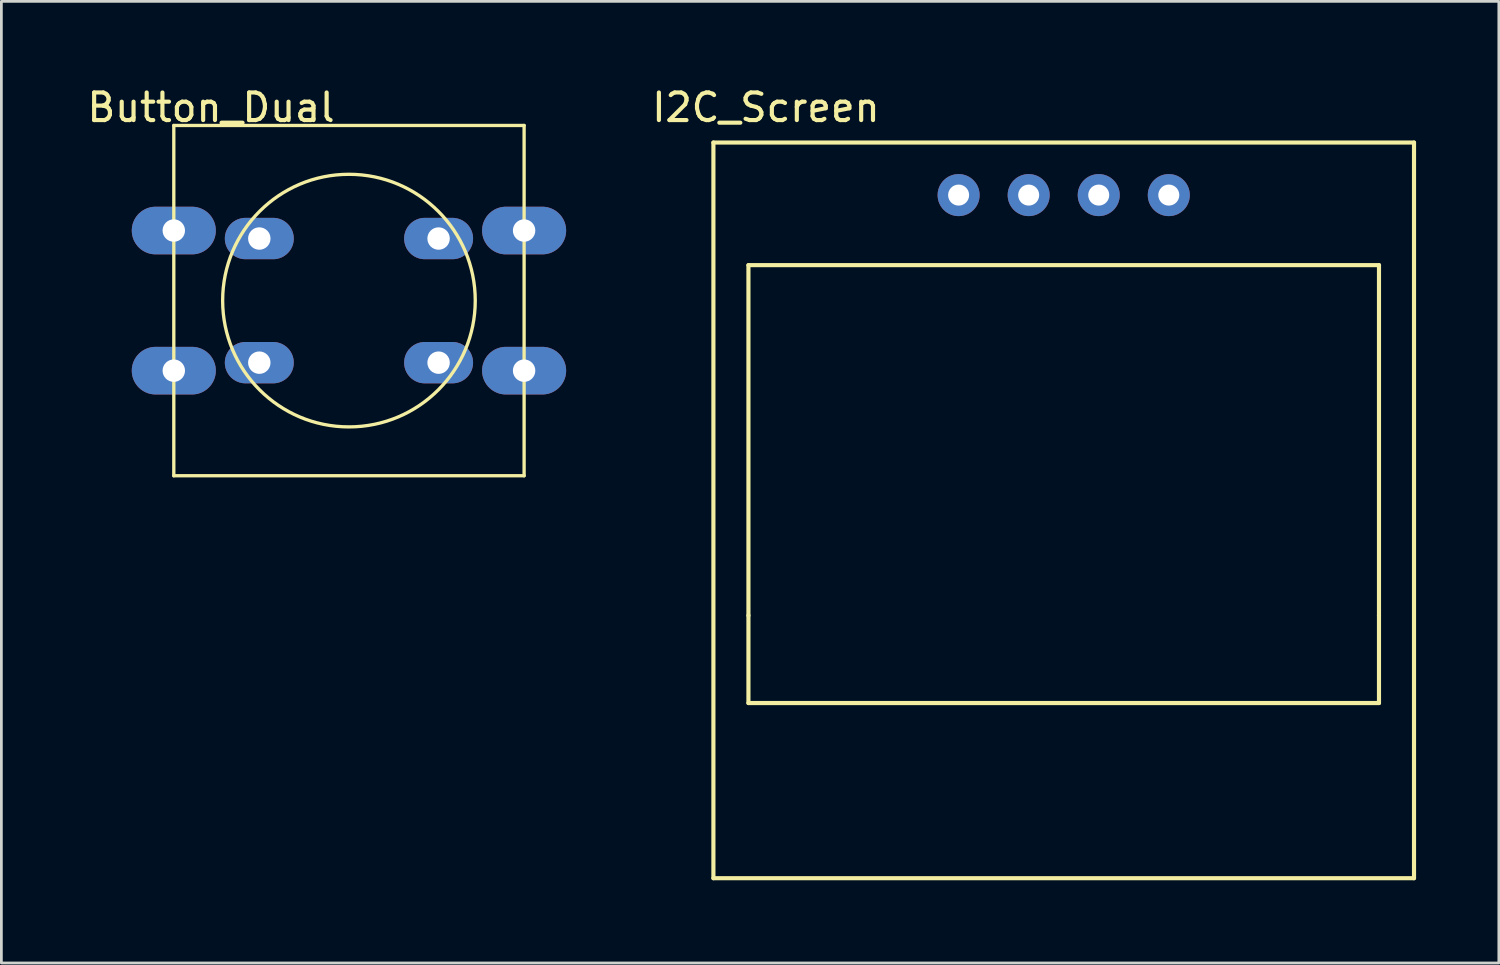
<source format=kicad_pcb>
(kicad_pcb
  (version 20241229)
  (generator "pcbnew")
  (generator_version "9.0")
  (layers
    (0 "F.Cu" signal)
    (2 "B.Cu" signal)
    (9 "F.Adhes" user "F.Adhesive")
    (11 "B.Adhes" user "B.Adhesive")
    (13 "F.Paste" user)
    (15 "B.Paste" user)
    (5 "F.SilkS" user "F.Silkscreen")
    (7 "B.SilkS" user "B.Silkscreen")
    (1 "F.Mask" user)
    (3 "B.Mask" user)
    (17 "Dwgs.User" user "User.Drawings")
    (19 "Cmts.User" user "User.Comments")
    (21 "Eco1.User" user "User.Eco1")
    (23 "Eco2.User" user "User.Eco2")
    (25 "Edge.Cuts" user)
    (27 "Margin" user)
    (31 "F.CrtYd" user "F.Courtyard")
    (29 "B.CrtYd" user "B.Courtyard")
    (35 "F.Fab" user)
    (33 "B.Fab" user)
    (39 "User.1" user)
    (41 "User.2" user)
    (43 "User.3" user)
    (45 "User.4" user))
  (footprint "I2C_Screen"
    (layer "F.Cu")
    (at 35.514 5.293)
    (property "Reference" "I2C_Screen" (at -10.795 -4.445 0) (layer "F.SilkS") (effects (font (size 1 1) (thickness 0.15))))
    (attr through_hole)
    (fp_line (start -12.7 -3.175) (end 12.7 -3.175) (stroke (width 0.15) (type solid)) (layer "F.SilkS"))
    (fp_line (start -12.7 23.495) (end -12.7 -3.175) (stroke (width 0.15) (type solid)) (layer "F.SilkS"))
    (fp_line (start -11.43 1.27) (end 11.43 1.27) (stroke (width 0.15) (type solid)) (layer "F.SilkS"))
    (fp_line (start -11.43 13.97) (end -11.43 1.27) (stroke (width 0.15) (type solid)) (layer "F.SilkS"))
    (fp_line (start -11.43 13.97) (end -11.43 17.145) (stroke (width 0.15) (type solid)) (layer "F.SilkS"))
    (fp_line (start 11.43 1.27) (end 11.43 13.97) (stroke (width 0.15) (type solid)) (layer "F.SilkS"))
    (fp_line (start 11.43 13.97) (end 11.43 17.145) (stroke (width 0.15) (type solid)) (layer "F.SilkS"))
    (fp_line (start 11.43 17.145) (end -11.43 17.145) (stroke (width 0.15) (type solid)) (layer "F.SilkS"))
    (fp_line (start 12.7 -3.175) (end 12.7 23.495) (stroke (width 0.15) (type solid)) (layer "F.SilkS"))
    (fp_line (start 12.7 23.495) (end -12.7 23.495) (stroke (width 0.15) (type solid)) (layer "F.SilkS"))
    (pad "1" thru_hole circle (at -3.81 -1.27) (size 1.524 1.524) (drill 0.762) (layers "*.Cu" "*.Mask"))
    (pad "2" thru_hole circle (at -1.27 -1.27) (size 1.524 1.524) (drill 0.762) (layers "*.Cu" "*.Mask"))
    (pad "3" thru_hole circle (at 1.27 -1.27) (size 1.524 1.524) (drill 0.762) (layers "*.Cu" "*.Mask"))
    (pad "4" thru_hole circle (at 3.81 -1.27) (size 1.524 1.524) (drill 0.762) (layers "*.Cu" "*.Mask")))
  (footprint "Button_Dual"
    (layer "F.Cu")
    (at 9.601 7.848)
    (property "Reference" "Button_Dual" (at -5 -7 0) (layer "F.SilkS") (effects (font (size 1 1) (thickness 0.15))))
    (attr through_hole)
    (fp_line (start -6.35 -6.35) (end 6.35 -6.35) (stroke (width 0.12) (type solid)) (layer "F.SilkS"))
    (fp_line (start -6.35 6.35) (end -6.35 -6.35) (stroke (width 0.12) (type solid)) (layer "F.SilkS"))
    (fp_line (start 6.35 -6.35) (end 6.35 6.35) (stroke (width 0.12) (type solid)) (layer "F.SilkS"))
    (fp_line (start 6.35 6.35) (end -6.35 6.35) (stroke (width 0.12) (type solid)) (layer "F.SilkS"))
    (fp_circle (center 0 0) (end 3.81 2.54) (stroke (width 0.12) (type solid)) (fill no) (layer "F.SilkS"))
    (pad "1" thru_hole oval (at -6.35 -2.54) (size 3.048 1.727) (drill 0.813) (layers "*.Cu" "*.Mask"))
    (pad "1" thru_hole oval (at -3.25 -2.25) (size 2.5 1.5) (drill 0.813) (layers "*.Cu" "*.Mask"))
    (pad "1" thru_hole oval (at 3.25 -2.25) (size 2.5 1.5) (drill 0.813) (layers "*.Cu" "*.Mask"))
    (pad "1" thru_hole oval (at 6.35 -2.54) (size 3.048 1.727) (drill 0.813) (layers "*.Cu" "*.Mask"))
    (pad "2" thru_hole oval (at -6.35 2.54) (size 3.048 1.727) (drill 0.813) (layers "*.Cu" "*.Mask"))
    (pad "2" thru_hole oval (at -3.25 2.25) (size 2.5 1.5) (drill 0.813) (layers "*.Cu" "*.Mask"))
    (pad "2" thru_hole oval (at 3.25 2.25) (size 2.5 1.5) (drill 0.813) (layers "*.Cu" "*.Mask"))
    (pad "2" thru_hole oval (at 6.35 2.54) (size 3.048 1.727) (drill 0.813) (layers "*.Cu" "*.Mask")))
  (gr_rect
    (start -3 -3)
    (end 51.289 31.863)
    (stroke (width 0.1) (type default))
    (fill no)
    (layer "Edge.Cuts")))
</source>
